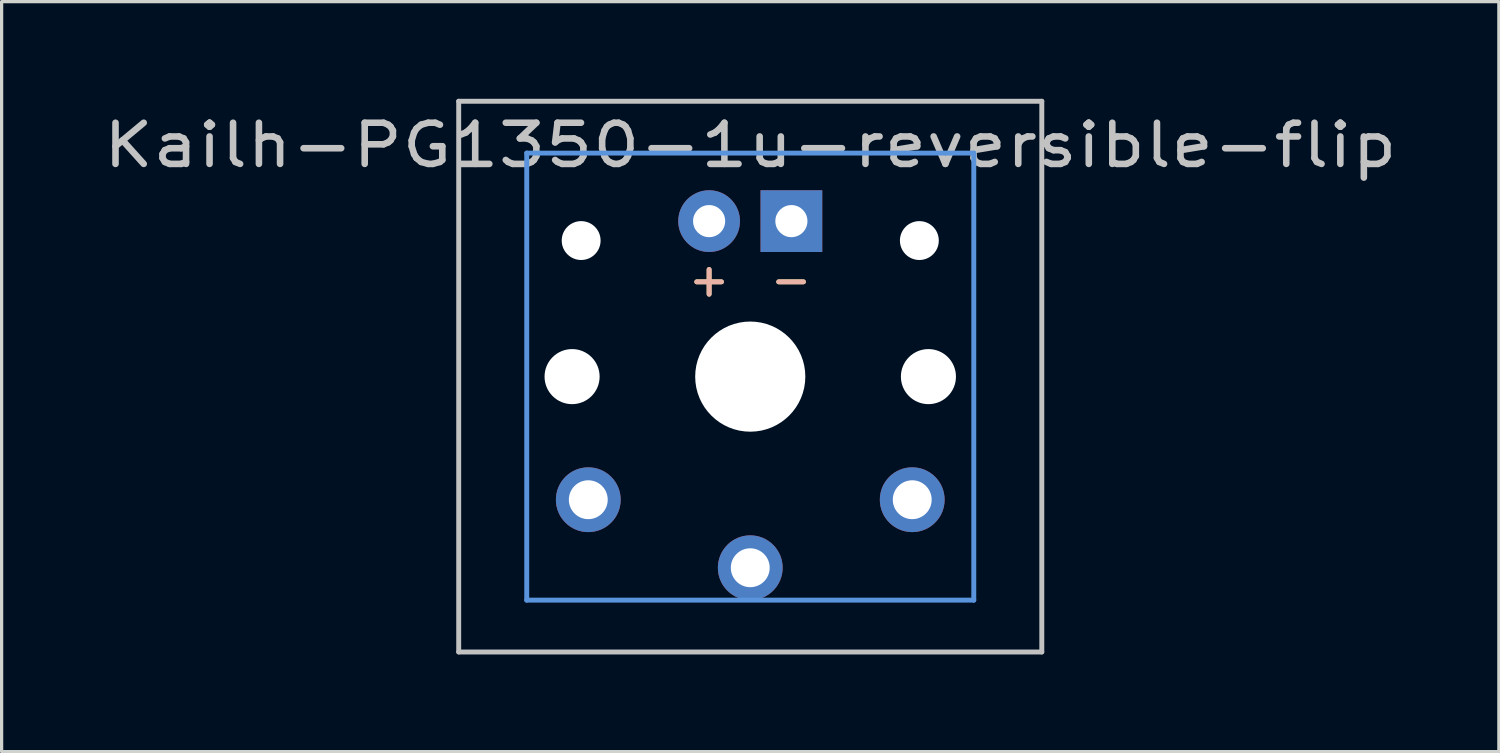
<source format=kicad_pcb>
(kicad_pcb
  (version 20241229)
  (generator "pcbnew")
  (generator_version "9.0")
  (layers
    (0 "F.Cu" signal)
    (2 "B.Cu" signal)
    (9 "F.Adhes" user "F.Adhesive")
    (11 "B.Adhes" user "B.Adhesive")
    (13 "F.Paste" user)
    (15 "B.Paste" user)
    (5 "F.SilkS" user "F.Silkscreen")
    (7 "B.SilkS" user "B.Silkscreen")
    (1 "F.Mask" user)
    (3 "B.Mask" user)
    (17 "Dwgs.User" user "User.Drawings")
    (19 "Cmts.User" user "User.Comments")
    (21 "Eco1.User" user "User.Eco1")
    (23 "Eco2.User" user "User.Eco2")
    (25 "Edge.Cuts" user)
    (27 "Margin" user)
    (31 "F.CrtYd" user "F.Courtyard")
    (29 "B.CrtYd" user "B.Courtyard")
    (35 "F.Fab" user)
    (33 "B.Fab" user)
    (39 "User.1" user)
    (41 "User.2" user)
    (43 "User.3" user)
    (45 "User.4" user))
  (footprint "Kailh-PG1350-1u-reversible-flip"
    (layer "F.Cu")
    (at 20.11 8.576)
    (property "Reference" "Kailh-PG1350-1u-reversible-flip" (at 0 -7.144 180) (layer "Dwgs.User") (effects (font (size 1.27 1.524) (thickness 0.203))))
    (attr through_hole)
    (fp_line (start -9 -8.5) (end 9 -8.5) (stroke (width 0.152) (type solid)) (layer "Dwgs.User"))
    (fp_line (start -9 8.5) (end -9 -8.5) (stroke (width 0.152) (type solid)) (layer "Dwgs.User"))
    (fp_line (start 9 -8.5) (end 9 8.5) (stroke (width 0.152) (type solid)) (layer "Dwgs.User"))
    (fp_line (start 9 8.5) (end -9 8.5) (stroke (width 0.152) (type solid)) (layer "Dwgs.User"))
    (fp_line (start -6.9 -6.9) (end 6.9 -6.9) (stroke (width 0.152) (type solid)) (layer "Cmts.User"))
    (fp_line (start -6.9 6.9) (end -6.9 -6.9) (stroke (width 0.152) (type solid)) (layer "Cmts.User"))
    (fp_line (start 6.9 -6.9) (end 6.9 6.9) (stroke (width 0.152) (type solid)) (layer "Cmts.User"))
    (fp_line (start 6.9 6.9) (end -6.9 6.9) (stroke (width 0.152) (type solid)) (layer "Cmts.User"))
    (fp_line (start -7.5 -7.5) (end 7.5 -7.5) (stroke (width 0.152) (type solid)) (layer "Eco2.User"))
    (fp_line (start -7.5 7.5) (end -7.5 -7.5) (stroke (width 0.152) (type solid)) (layer "Eco2.User"))
    (fp_line (start 7.5 -7.5) (end 7.5 7.5) (stroke (width 0.152) (type solid)) (layer "Eco2.User"))
    (fp_line (start 7.5 7.5) (end -7.5 7.5) (stroke (width 0.152) (type solid)) (layer "Eco2.User"))
    (fp_text user "+" (at -1.27 -3 0) (layer "F.SilkS") (effects (font (size 1 1) (thickness 0.15))))
    (fp_text user "-" (at 1.26 -3 0) (layer "F.SilkS") (effects (font (size 1 1) (thickness 0.15))))
    (fp_text user "-" (at 1.26 -3 0) (layer "B.SilkS") (effects (font (size 1 1) (thickness 0.15)) (justify mirror)))
    (fp_text user "+" (at -1.27 -3 0) (layer "B.SilkS") (effects (font (size 1 1) (thickness 0.15)) (justify mirror)))
    (pad "" np_thru_hole circle (at -5.5 0 180) (size 1.7 1.7) (drill 1.7) (layers "*.Cu"))
    (pad "" np_thru_hole circle (at -5.22 -4.2 180) (size 1.2 1.2) (drill 1.2) (layers "*.Cu"))
    (pad "" np_thru_hole circle (at 0 0 180) (size 3.4 3.4) (drill 3.4) (layers "*.Cu"))
    (pad "" np_thru_hole circle (at 5.22 -4.2 180) (size 1.2 1.2) (drill 1.2) (layers "*.Cu"))
    (pad "" np_thru_hole circle (at 5.5 0 180) (size 1.7 1.7) (drill 1.7) (layers "*.Cu"))
    (pad "1" thru_hole circle (at 0 5.9 180) (size 2 2) (drill 1.2) (layers "*.Cu" "*.Mask"))
    (pad "2" thru_hole circle (at -5 3.8 41.9) (size 2 2) (drill 1.2) (layers "*.Cu" "*.Mask"))
    (pad "2" thru_hole circle (at 5 3.8 41.9) (size 2 2) (drill 1.2) (layers "*.Cu" "*.Mask"))
    (pad "3" thru_hole circle (at -1.27 -4.8 180) (size 1.905 1.905) (drill 0.991) (layers "*.Cu" "*.Mask"))
    (pad "4" thru_hole rect (at 1.27 -4.8 180) (size 1.905 1.905) (drill 0.991) (layers "*.Cu" "*.Mask")))
  (gr_rect
    (start -3 -3)
    (end 43.219 20.152)
    (stroke (width 0.1) (type default))
    (fill no)
    (layer "Edge.Cuts")))
</source>
